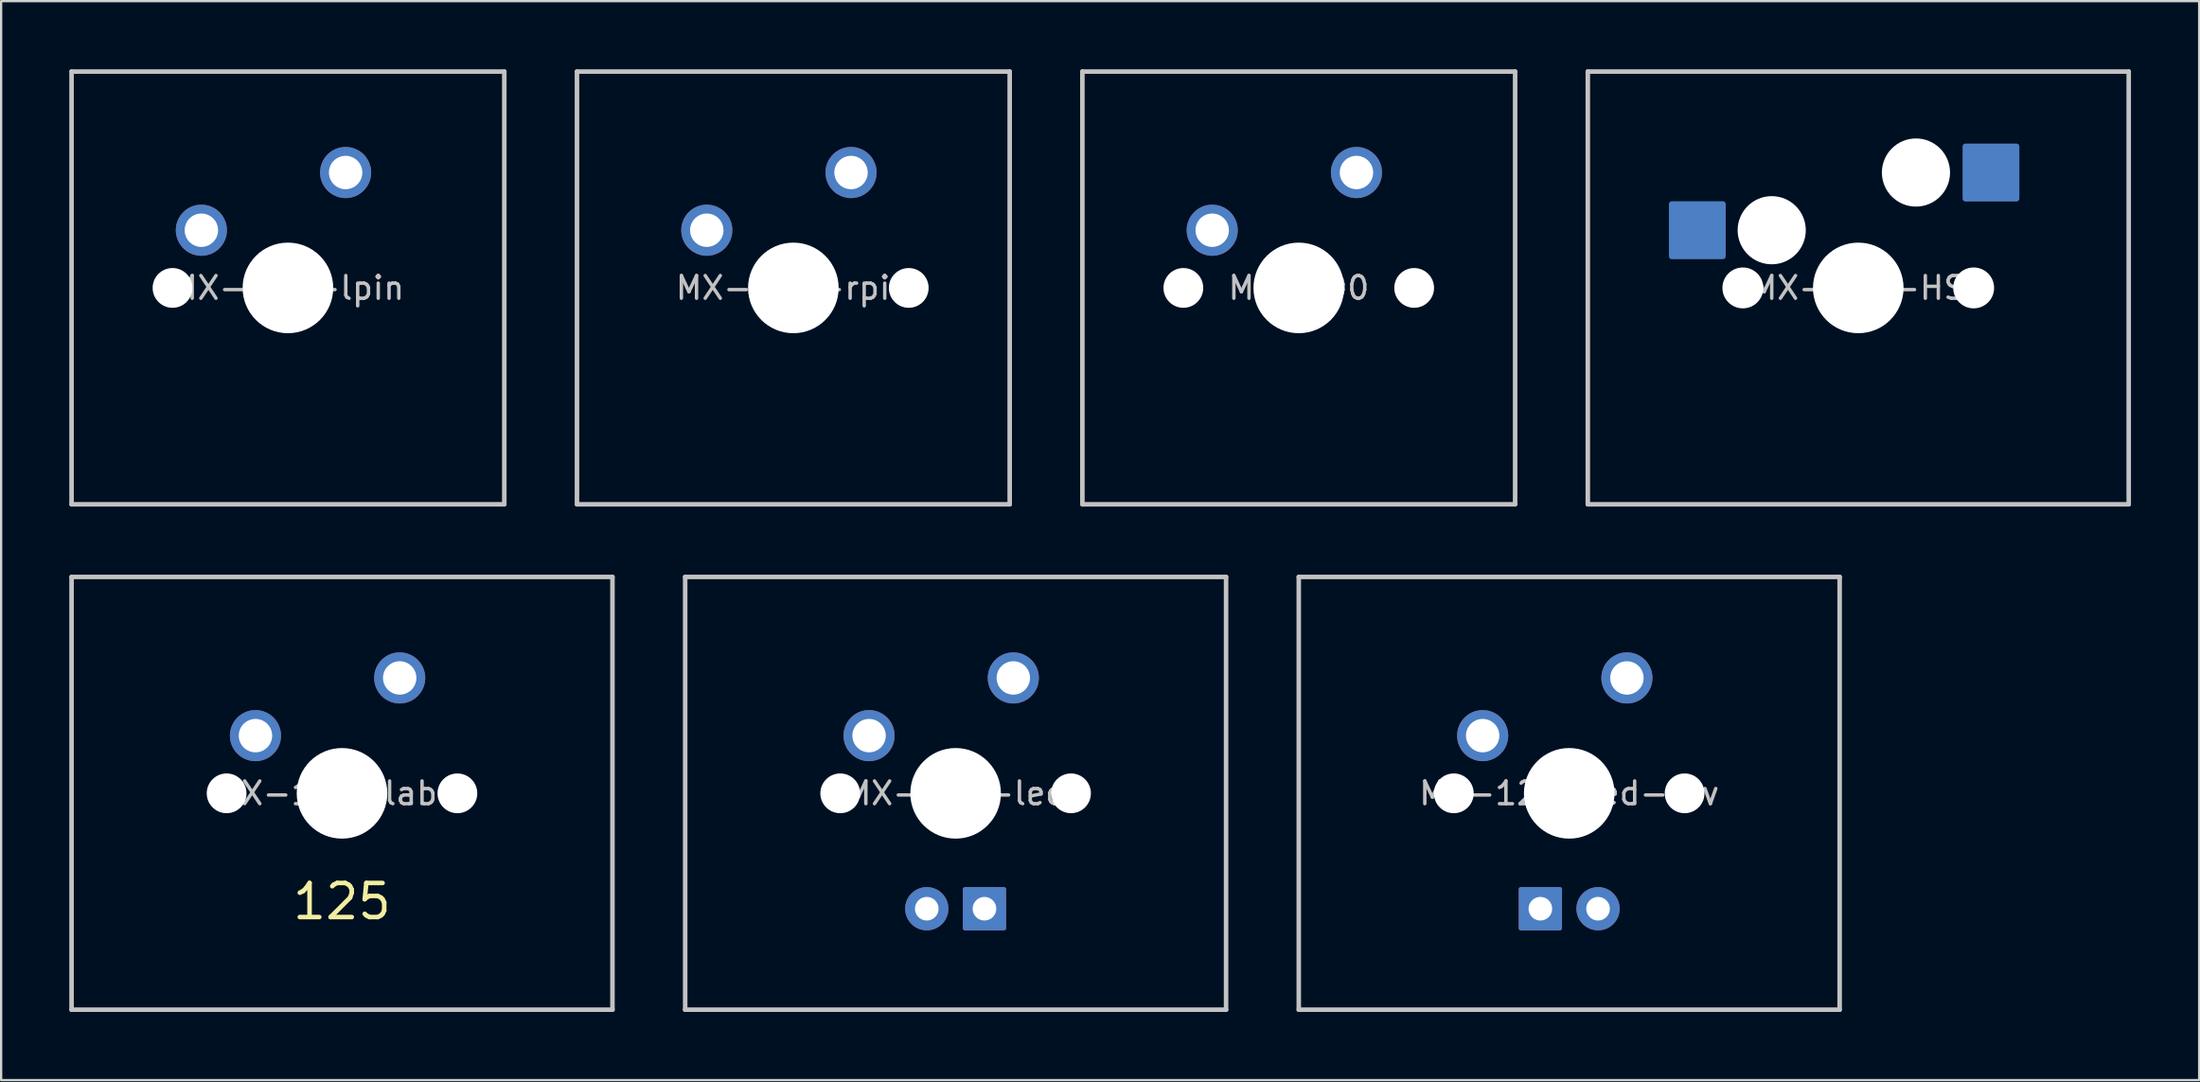
<source format=kicad_pcb>
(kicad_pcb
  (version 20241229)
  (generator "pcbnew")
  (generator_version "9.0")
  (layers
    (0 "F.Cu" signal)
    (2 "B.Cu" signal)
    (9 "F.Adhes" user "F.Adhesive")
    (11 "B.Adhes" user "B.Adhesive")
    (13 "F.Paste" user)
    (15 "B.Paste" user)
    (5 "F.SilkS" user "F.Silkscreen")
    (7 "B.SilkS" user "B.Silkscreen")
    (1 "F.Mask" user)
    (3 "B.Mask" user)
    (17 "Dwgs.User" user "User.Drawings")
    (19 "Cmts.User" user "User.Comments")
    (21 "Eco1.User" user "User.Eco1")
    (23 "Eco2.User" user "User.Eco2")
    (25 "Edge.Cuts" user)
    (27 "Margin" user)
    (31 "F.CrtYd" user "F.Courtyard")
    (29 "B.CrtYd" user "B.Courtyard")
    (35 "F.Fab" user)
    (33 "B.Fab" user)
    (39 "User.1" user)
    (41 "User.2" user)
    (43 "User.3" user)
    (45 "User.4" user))
  (footprint "MX-125-led-rev"
    (layer "F.Cu")
    (at 66.031 31.875)
    (property "Reference" "MX-125-led-rev" (at 0 0 0) (layer "Dwgs.User") (effects (font (size 1 1) (thickness 0.15))))
    (attr through_hole)
    (fp_line (start -11.906 9.525) (end -11.906 -9.525) (stroke (width 0.2) (type solid)) (layer "Dwgs.User"))
    (fp_line (start 11.906 -9.525) (end -11.906 -9.525) (stroke (width 0.2) (type solid)) (layer "Dwgs.User"))
    (fp_line (start 11.906 -9.525) (end 11.906 9.525) (stroke (width 0.2) (type solid)) (layer "Dwgs.User"))
    (fp_line (start 11.906 9.525) (end -11.906 9.525) (stroke (width 0.2) (type solid)) (layer "Dwgs.User"))
    (fp_line (start -7 -7) (end 7 -7) (stroke (width 0.12) (type solid)) (layer "Eco1.User"))
    (fp_line (start -7 7) (end -7 -7) (stroke (width 0.12) (type solid)) (layer "Eco1.User"))
    (fp_line (start -7 7) (end 7 7) (stroke (width 0.12) (type solid)) (layer "Eco1.User"))
    (fp_line (start 7 7) (end 7 -7) (stroke (width 0.12) (type solid)) (layer "Eco1.User"))
    (pad "" np_thru_hole circle (at -5.08 0) (size 1.75 1.75) (drill 1.75) (layers "*.Cu" "*.Mask"))
    (pad "" np_thru_hole circle (at 0 0) (size 3.988 3.988) (drill 3.988) (layers "*.Cu" "*.Mask"))
    (pad "" np_thru_hole circle (at 5.08 0) (size 1.75 1.75) (drill 1.75) (layers "*.Cu" "*.Mask"))
    (pad "1" thru_hole circle (at 2.54 -5.08) (size 2.25 2.25) (drill 1.47) (layers "*.Cu" "B.Mask"))
    (pad "2" thru_hole circle (at -3.81 -2.54) (size 2.25 2.25) (drill 1.47) (layers "*.Cu" "B.Mask"))
    (pad "3" thru_hole circle (at 1.27 5.08) (size 1.905 1.905) (drill 1.04) (layers "*.Cu" "B.Mask"))
    (pad "4" thru_hole roundrect (at -1.27 5.08) (size 1.905 1.905) (drill 1.04) (layers "*.Cu" "B.Mask") (roundrect_rratio 0.05)))
  (footprint "MX-100"
    (layer "F.Cu")
    (at 54.125 9.625)
    (property "Reference" "MX-100" (at 0 0 0) (layer "Dwgs.User") (effects (font (size 1 1) (thickness 0.15))))
    (attr through_hole)
    (fp_line (start -9.525 -9.525) (end 9.525 -9.525) (stroke (width 0.2) (type solid)) (layer "Dwgs.User"))
    (fp_line (start -9.525 9.525) (end -9.525 -9.525) (stroke (width 0.2) (type solid)) (layer "Dwgs.User"))
    (fp_line (start 9.525 -9.525) (end 9.525 9.525) (stroke (width 0.2) (type solid)) (layer "Dwgs.User"))
    (fp_line (start 9.525 9.525) (end -9.525 9.525) (stroke (width 0.2) (type solid)) (layer "Dwgs.User"))
    (fp_line (start -7 -7) (end 7 -7) (stroke (width 0.12) (type solid)) (layer "Eco1.User"))
    (fp_line (start -7 7) (end -7 -7) (stroke (width 0.12) (type solid)) (layer "Eco1.User"))
    (fp_line (start -7 7) (end 7 7) (stroke (width 0.12) (type solid)) (layer "Eco1.User"))
    (fp_line (start 7 7) (end 7 -7) (stroke (width 0.12) (type solid)) (layer "Eco1.User"))
    (pad "" np_thru_hole circle (at -5.08 0) (size 1.75 1.75) (drill 1.75) (layers "*.Cu" "*.Mask"))
    (pad "" np_thru_hole circle (at 0 0) (size 3.988 3.988) (drill 3.988) (layers "*.Cu" "*.Mask"))
    (pad "" np_thru_hole circle (at 5.08 0) (size 1.75 1.75) (drill 1.75) (layers "*.Cu" "*.Mask"))
    (pad "1" thru_hole circle (at 2.54 -5.08) (size 2.25 2.25) (drill 1.47) (layers "*.Cu" "B.Mask"))
    (pad "2" thru_hole circle (at -3.81 -2.54) (size 2.25 2.25) (drill 1.47) (layers "*.Cu" "B.Mask")))
  (footprint "MX-125-HS"
    (layer "F.Cu")
    (at 78.756 9.625)
    (property "Reference" "MX-125-HS" (at 0 0 0) (layer "Dwgs.User") (effects (font (size 1 1) (thickness 0.15))))
    (attr through_hole)
    (fp_line (start -11.906 -9.525) (end 11.906 -9.525) (stroke (width 0.2) (type solid)) (layer "Dwgs.User"))
    (fp_line (start -11.906 9.525) (end -11.906 -9.525) (stroke (width 0.2) (type solid)) (layer "Dwgs.User"))
    (fp_line (start 11.906 -9.525) (end 11.906 9.525) (stroke (width 0.2) (type solid)) (layer "Dwgs.User"))
    (fp_line (start 11.906 9.525) (end -11.906 9.525) (stroke (width 0.2) (type solid)) (layer "Dwgs.User"))
    (fp_line (start -7 -7) (end 7 -7) (stroke (width 0.12) (type solid)) (layer "Eco1.User"))
    (fp_line (start -7 7) (end -7 -7) (stroke (width 0.12) (type solid)) (layer "Eco1.User"))
    (fp_line (start -7 7) (end 7 7) (stroke (width 0.12) (type solid)) (layer "Eco1.User"))
    (fp_line (start 7 7) (end 7 -7) (stroke (width 0.12) (type solid)) (layer "Eco1.User"))
    (pad "" np_thru_hole circle (at -5.08 0) (size 1.8 1.8) (drill 1.8) (layers "*.Cu" "*.Mask"))
    (pad "" np_thru_hole circle (at -3.81 -2.54) (size 3 3) (drill 3) (layers "*.Cu" "*.Mask"))
    (pad "" np_thru_hole circle (at 0 0) (size 3.988 3.988) (drill 3.988) (layers "*.Cu" "*.Mask"))
    (pad "" np_thru_hole circle (at 2.54 -5.08) (size 3 3) (drill 3) (layers "*.Cu" "*.Mask"))
    (pad "" np_thru_hole circle (at 5.08 0) (size 1.8 1.8) (drill 1.8) (layers "*.Cu" "*.Mask"))
    (pad "1" smd roundrect (at 5.842 -5.08) (size 2.5 2.55) (layers "B.Cu" "B.Mask" "B.Paste") (roundrect_rratio 0.05))
    (pad "2" smd roundrect (at -7.085 -2.54) (size 2.5 2.55) (layers "B.Cu" "B.Mask" "B.Paste") (roundrect_rratio 0.05)))
  (footprint "MX-100-lpin"
    (layer "F.Cu")
    (at 9.625 9.625)
    (property "Reference" "MX-100-lpin" (at 0 0 0) (layer "Dwgs.User") (effects (font (size 1 1) (thickness 0.15))))
    (attr through_hole)
    (fp_line (start -9.525 -9.525) (end 9.525 -9.525) (stroke (width 0.2) (type solid)) (layer "Dwgs.User"))
    (fp_line (start -9.525 9.525) (end -9.525 -9.525) (stroke (width 0.2) (type solid)) (layer "Dwgs.User"))
    (fp_line (start 9.525 -9.525) (end 9.525 9.525) (stroke (width 0.2) (type solid)) (layer "Dwgs.User"))
    (fp_line (start 9.525 9.525) (end -9.525 9.525) (stroke (width 0.2) (type solid)) (layer "Dwgs.User"))
    (fp_line (start -7 -7) (end 7 -7) (stroke (width 0.12) (type solid)) (layer "Eco1.User"))
    (fp_line (start -7 7) (end -7 -7) (stroke (width 0.12) (type solid)) (layer "Eco1.User"))
    (fp_line (start -7 7) (end 7 7) (stroke (width 0.12) (type solid)) (layer "Eco1.User"))
    (fp_line (start 7 7) (end 7 -7) (stroke (width 0.12) (type solid)) (layer "Eco1.User"))
    (pad "" np_thru_hole circle (at -5.08 0) (size 1.75 1.75) (drill 1.75) (layers "*.Cu" "*.Mask"))
    (pad "" np_thru_hole circle (at 0 0) (size 3.988 3.988) (drill 3.988) (layers "*.Cu" "*.Mask"))
    (pad "1" thru_hole circle (at 2.54 -5.08) (size 2.25 2.25) (drill 1.47) (layers "*.Cu" "B.Mask"))
    (pad "2" thru_hole circle (at -3.81 -2.54) (size 2.25 2.25) (drill 1.47) (layers "*.Cu" "B.Mask")))
  (footprint "MX-125-led"
    (layer "F.Cu")
    (at 39.019 31.875)
    (property "Reference" "MX-125-led" (at 0 0 0) (layer "Dwgs.User") (effects (font (size 1 1) (thickness 0.15))))
    (attr through_hole)
    (fp_line (start -11.906 9.525) (end -11.906 -9.525) (stroke (width 0.2) (type solid)) (layer "Dwgs.User"))
    (fp_line (start 11.906 -9.525) (end -11.906 -9.525) (stroke (width 0.2) (type solid)) (layer "Dwgs.User"))
    (fp_line (start 11.906 -9.525) (end 11.906 9.525) (stroke (width 0.2) (type solid)) (layer "Dwgs.User"))
    (fp_line (start 11.906 9.525) (end -11.906 9.525) (stroke (width 0.2) (type solid)) (layer "Dwgs.User"))
    (fp_line (start -7 -7) (end 7 -7) (stroke (width 0.12) (type solid)) (layer "Eco1.User"))
    (fp_line (start -7 7) (end -7 -7) (stroke (width 0.12) (type solid)) (layer "Eco1.User"))
    (fp_line (start -7 7) (end 7 7) (stroke (width 0.12) (type solid)) (layer "Eco1.User"))
    (fp_line (start 7 7) (end 7 -7) (stroke (width 0.12) (type solid)) (layer "Eco1.User"))
    (pad "" np_thru_hole circle (at -5.08 0) (size 1.75 1.75) (drill 1.75) (layers "*.Cu" "*.Mask"))
    (pad "" np_thru_hole circle (at 0 0) (size 3.988 3.988) (drill 3.988) (layers "*.Cu" "*.Mask"))
    (pad "" np_thru_hole circle (at 5.08 0) (size 1.75 1.75) (drill 1.75) (layers "*.Cu" "*.Mask"))
    (pad "1" thru_hole circle (at 2.54 -5.08) (size 2.25 2.25) (drill 1.47) (layers "*.Cu" "B.Mask"))
    (pad "2" thru_hole circle (at -3.81 -2.54) (size 2.25 2.25) (drill 1.47) (layers "*.Cu" "B.Mask"))
    (pad "3" thru_hole circle (at -1.27 5.08) (size 1.905 1.905) (drill 1.04) (layers "*.Cu" "B.Mask"))
    (pad "4" thru_hole roundrect (at 1.27 5.08) (size 1.905 1.905) (drill 1.04) (layers "*.Cu" "B.Mask") (roundrect_rratio 0.05)))
  (footprint "MX-125-label"
    (layer "F.Cu")
    (at 12.006 31.875)
    (property "Reference" "MX-125-label" (at 0 0 0) (layer "Dwgs.User") (effects (font (size 1 1) (thickness 0.15))))
    (attr through_hole)
    (fp_line (start -11.906 9.525) (end -11.906 -9.525) (stroke (width 0.2) (type solid)) (layer "Dwgs.User"))
    (fp_line (start 11.906 -9.525) (end -11.906 -9.525) (stroke (width 0.2) (type solid)) (layer "Dwgs.User"))
    (fp_line (start 11.906 -9.525) (end 11.906 9.525) (stroke (width 0.2) (type solid)) (layer "Dwgs.User"))
    (fp_line (start 11.906 9.525) (end -11.906 9.525) (stroke (width 0.2) (type solid)) (layer "Dwgs.User"))
    (fp_line (start -7 -7) (end 7 -7) (stroke (width 0.12) (type solid)) (layer "Eco1.User"))
    (fp_line (start -7 7) (end -7 -7) (stroke (width 0.12) (type solid)) (layer "Eco1.User"))
    (fp_line (start -7 7) (end 7 7) (stroke (width 0.12) (type solid)) (layer "Eco1.User"))
    (fp_line (start 7 7) (end 7 -7) (stroke (width 0.12) (type solid)) (layer "Eco1.User"))
    (fp_text user "125" (at 0 4.763 0) (layer "F.SilkS") (effects (font (size 1.5 1.5) (thickness 0.2))))
    (pad "" np_thru_hole circle (at -5.08 0) (size 1.75 1.75) (drill 1.75) (layers "*.Cu" "*.Mask"))
    (pad "" np_thru_hole circle (at 0 0) (size 3.988 3.988) (drill 3.988) (layers "*.Cu" "*.Mask"))
    (pad "" np_thru_hole circle (at 5.08 0) (size 1.75 1.75) (drill 1.75) (layers "*.Cu" "*.Mask"))
    (pad "1" thru_hole circle (at 2.54 -5.08) (size 2.25 2.25) (drill 1.47) (layers "*.Cu" "B.Mask"))
    (pad "2" thru_hole circle (at -3.81 -2.54) (size 2.25 2.25) (drill 1.47) (layers "*.Cu" "B.Mask")))
  (footprint "MX-100-rpin"
    (layer "F.Cu")
    (at 31.875 9.625)
    (property "Reference" "MX-100-rpin" (at 0 0 0) (layer "Dwgs.User") (effects (font (size 1 1) (thickness 0.15))))
    (attr through_hole)
    (fp_line (start -9.525 -9.525) (end 9.525 -9.525) (stroke (width 0.2) (type solid)) (layer "Dwgs.User"))
    (fp_line (start -9.525 9.525) (end -9.525 -9.525) (stroke (width 0.2) (type solid)) (layer "Dwgs.User"))
    (fp_line (start 9.525 -9.525) (end 9.525 9.525) (stroke (width 0.2) (type solid)) (layer "Dwgs.User"))
    (fp_line (start 9.525 9.525) (end -9.525 9.525) (stroke (width 0.2) (type solid)) (layer "Dwgs.User"))
    (fp_line (start -7 -7) (end 7 -7) (stroke (width 0.12) (type solid)) (layer "Eco1.User"))
    (fp_line (start -7 7) (end -7 -7) (stroke (width 0.12) (type solid)) (layer "Eco1.User"))
    (fp_line (start -7 7) (end 7 7) (stroke (width 0.12) (type solid)) (layer "Eco1.User"))
    (fp_line (start 7 7) (end 7 -7) (stroke (width 0.12) (type solid)) (layer "Eco1.User"))
    (pad "" np_thru_hole circle (at 0 0) (size 3.988 3.988) (drill 3.988) (layers "*.Cu" "*.Mask"))
    (pad "" np_thru_hole circle (at 5.08 0) (size 1.75 1.75) (drill 1.75) (layers "*.Cu" "*.Mask"))
    (pad "1" thru_hole circle (at 2.54 -5.08) (size 2.25 2.25) (drill 1.47) (layers "*.Cu" "B.Mask"))
    (pad "2" thru_hole circle (at -3.81 -2.54) (size 2.25 2.25) (drill 1.47) (layers "*.Cu" "B.Mask")))
  (gr_rect
    (start -3 -3)
    (end 93.763 44.5)
    (stroke (width 0.1) (type default))
    (fill no)
    (layer "Edge.Cuts")))
</source>
